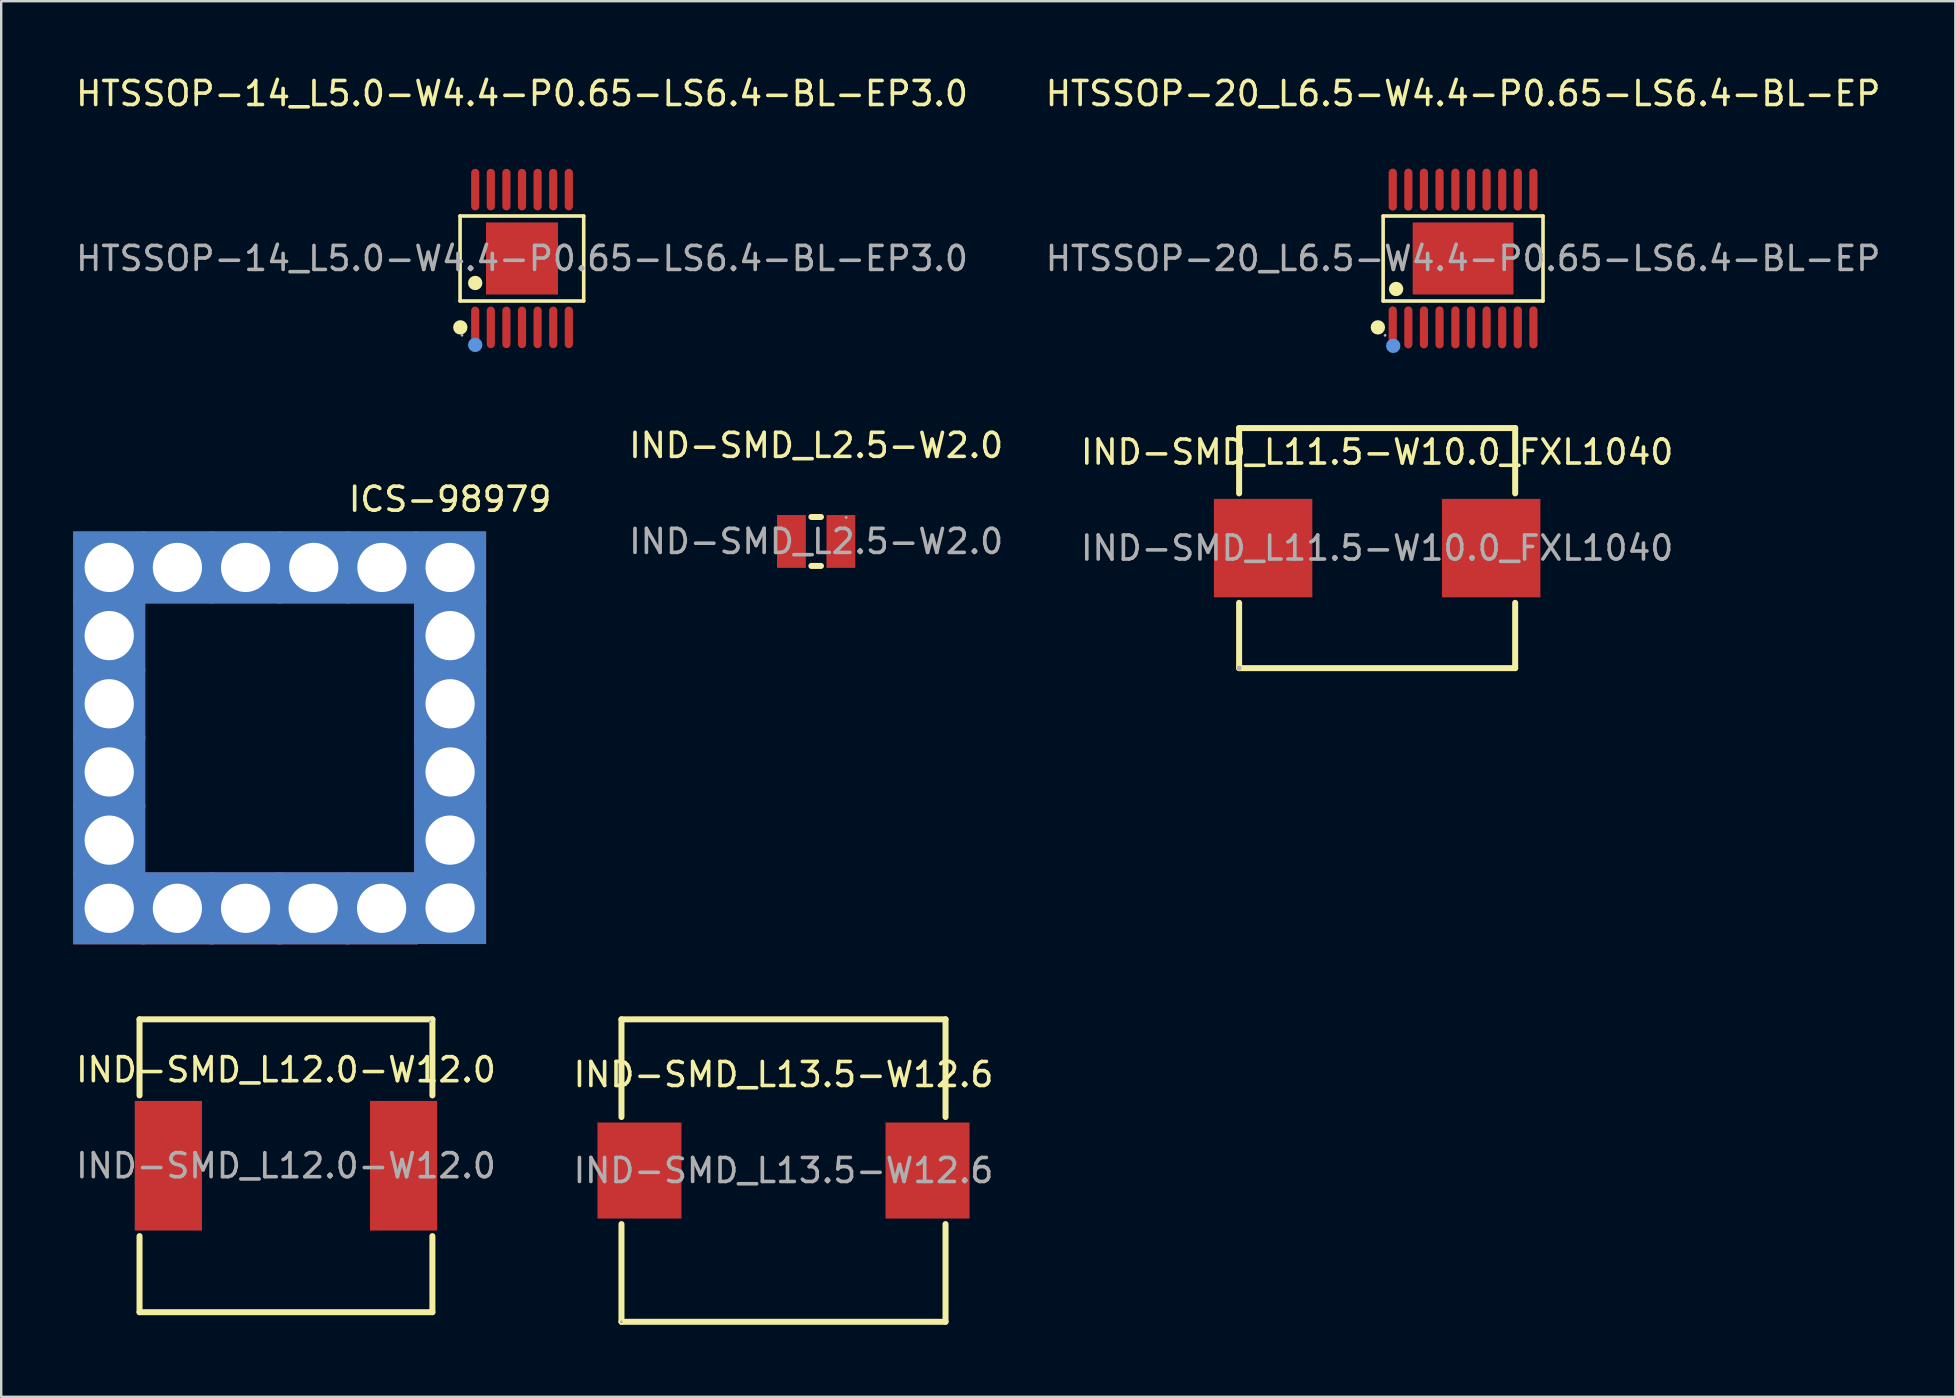
<source format=kicad_pcb>
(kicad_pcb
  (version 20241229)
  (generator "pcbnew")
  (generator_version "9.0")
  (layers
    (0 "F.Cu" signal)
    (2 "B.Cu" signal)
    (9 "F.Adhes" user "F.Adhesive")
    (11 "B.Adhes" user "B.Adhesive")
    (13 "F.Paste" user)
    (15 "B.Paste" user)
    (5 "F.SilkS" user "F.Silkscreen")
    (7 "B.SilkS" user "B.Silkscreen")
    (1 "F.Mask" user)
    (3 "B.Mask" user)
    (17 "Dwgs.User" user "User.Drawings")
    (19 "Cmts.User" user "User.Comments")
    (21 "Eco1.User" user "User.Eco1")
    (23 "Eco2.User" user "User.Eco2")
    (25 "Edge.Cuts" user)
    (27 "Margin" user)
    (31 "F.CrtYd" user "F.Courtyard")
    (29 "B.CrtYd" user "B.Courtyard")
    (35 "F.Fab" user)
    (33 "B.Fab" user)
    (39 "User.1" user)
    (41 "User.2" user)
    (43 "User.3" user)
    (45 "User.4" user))
  (footprint "HTSSOP-14_L5.0-W4.4-P0.65-LS6.4-BL-EP3.0"
    (layer "F.Cu")
    (at 18.696 7.718)
    (property "Reference" "HTSSOP-14_L5.0-W4.4-P0.65-LS6.4-BL-EP3.0" (at 0 -6.87 0) (layer "F.SilkS") (effects (font (size 1 1) (thickness 0.15))))
    (attr smd)
    (fp_line (start -2.58 -1.77) (end 2.57 -1.77) (stroke (width 0.15) (type solid)) (layer "F.SilkS"))
    (fp_line (start -2.58 1.77) (end -2.58 -1.77) (stroke (width 0.15) (type solid)) (layer "F.SilkS"))
    (fp_line (start 2.57 -1.77) (end 2.57 1.77) (stroke (width 0.15) (type solid)) (layer "F.SilkS"))
    (fp_line (start 2.57 1.77) (end -2.58 1.77) (stroke (width 0.15) (type solid)) (layer "F.SilkS"))
    (fp_circle (center -2.57 2.87) (end -2.42 2.87) (stroke (width 0.3) (type solid)) (fill no) (layer "F.SilkS"))
    (fp_circle (center -1.95 1.02) (end -1.8 1.02) (stroke (width 0.3) (type solid)) (fill no) (layer "F.SilkS"))
    (fp_circle (center -1.95 3.6) (end -1.8 3.6) (stroke (width 0.3) (type solid)) (fill no) (layer "Cmts.User"))
    (fp_circle (center -2.5 3.2) (end -2.47 3.2) (stroke (width 0.06) (type solid)) (fill no) (layer "F.Fab"))
    (fp_text user "${REFERENCE}" (at 0 0 0) (layer "F.Fab") (effects (font (size 1 1) (thickness 0.15))))
    (pad "1" smd oval (at -1.95 2.87) (size 0.34 1.73) (layers "F.Cu" "F.Mask" "F.Paste"))
    (pad "2" smd oval (at -1.3 2.87) (size 0.34 1.73) (layers "F.Cu" "F.Mask" "F.Paste"))
    (pad "3" smd oval (at -0.65 2.87) (size 0.34 1.73) (layers "F.Cu" "F.Mask" "F.Paste"))
    (pad "4" smd oval (at 0 2.87) (size 0.34 1.73) (layers "F.Cu" "F.Mask" "F.Paste"))
    (pad "5" smd oval (at 0.65 2.87) (size 0.34 1.73) (layers "F.Cu" "F.Mask" "F.Paste"))
    (pad "6" smd oval (at 1.3 2.87) (size 0.34 1.73) (layers "F.Cu" "F.Mask" "F.Paste"))
    (pad "7" smd oval (at 1.95 2.87) (size 0.34 1.73) (layers "F.Cu" "F.Mask" "F.Paste"))
    (pad "8" smd oval (at 1.95 -2.87) (size 0.34 1.73) (layers "F.Cu" "F.Mask" "F.Paste"))
    (pad "9" smd oval (at 1.3 -2.87) (size 0.34 1.73) (layers "F.Cu" "F.Mask" "F.Paste"))
    (pad "10" smd oval (at 0.65 -2.87) (size 0.34 1.73) (layers "F.Cu" "F.Mask" "F.Paste"))
    (pad "11" smd oval (at 0 -2.87) (size 0.34 1.73) (layers "F.Cu" "F.Mask" "F.Paste"))
    (pad "12" smd oval (at -0.65 -2.87) (size 0.34 1.73) (layers "F.Cu" "F.Mask" "F.Paste"))
    (pad "13" smd oval (at -1.3 -2.87) (size 0.34 1.73) (layers "F.Cu" "F.Mask" "F.Paste"))
    (pad "14" smd oval (at -1.95 -2.87) (size 0.34 1.73) (layers "F.Cu" "F.Mask" "F.Paste"))
    (pad "15" smd rect (at 0 0) (size 3 3) (layers "F.Cu" "F.Mask" "F.Paste")))
  (footprint "IND-SMD_L13.5-W12.6"
    (layer "F.Cu")
    (at 29.589 45.713)
    (property "Reference" "IND-SMD_L13.5-W12.6" (at 0 -4 0) (layer "F.SilkS") (effects (font (size 1 1) (thickness 0.15))))
    (attr smd)
    (fp_line (start -6.75 -6.3) (end 6.75 -6.3) (stroke (width 0.25) (type solid)) (layer "F.SilkS"))
    (fp_line (start -6.75 -2.23) (end -6.75 -6.3) (stroke (width 0.25) (type solid)) (layer "F.SilkS"))
    (fp_line (start -6.75 6.3) (end -6.75 2.23) (stroke (width 0.25) (type solid)) (layer "F.SilkS"))
    (fp_line (start 6.75 -2.23) (end 6.75 -6.3) (stroke (width 0.25) (type solid)) (layer "F.SilkS"))
    (fp_line (start 6.75 6.3) (end -6.75 6.3) (stroke (width 0.25) (type solid)) (layer "F.SilkS"))
    (fp_line (start 6.75 6.3) (end 6.75 2.23) (stroke (width 0.25) (type solid)) (layer "F.SilkS"))
    (fp_circle (center -6.75 6.3) (end -6.72 6.3) (stroke (width 0.06) (type solid)) (fill no) (layer "F.Fab"))
    (fp_text user "${REFERENCE}" (at 0 0 0) (layer "F.Fab") (effects (font (size 1 1) (thickness 0.15))))
    (pad "1" smd rect (at -6 0 90) (size 4 3.5) (layers "F.Cu" "F.Mask" "F.Paste"))
    (pad "2" smd rect (at 6 0 90) (size 4 3.5) (layers "F.Cu" "F.Mask" "F.Paste")))
  (footprint "IND-SMD_L2.5-W2.0"
    (layer "F.Cu")
    (at 30.95 19.506)
    (property "Reference" "IND-SMD_L2.5-W2.0" (at 0 -4 0) (layer "F.SilkS") (effects (font (size 1 1) (thickness 0.15))))
    (attr smd)
    (fp_line (start -0.2 1.02) (end 0.2 1.02) (stroke (width 0.25) (type solid)) (layer "F.SilkS"))
    (fp_line (start 0.2 -1.02) (end -0.2 -1.02) (stroke (width 0.25) (type solid)) (layer "F.SilkS"))
    (fp_circle (center 1.25 -1) (end 1.28 -1) (stroke (width 0.06) (type solid)) (fill no) (layer "F.Fab"))
    (fp_text user "${REFERENCE}" (at 0 0 0) (layer "F.Fab") (effects (font (size 1 1) (thickness 0.15))))
    (pad "1" smd rect (at 1.03 0) (size 1.2 2.2) (layers "F.Cu" "F.Mask" "F.Paste"))
    (pad "2" smd rect (at -1.03 0) (size 1.2 2.2) (layers "F.Cu" "F.Mask" "F.Paste")))
  (footprint "HTSSOP-20_L6.5-W4.4-P0.65-LS6.4-BL-EP"
    (layer "F.Cu")
    (at 57.899 7.718)
    (property "Reference" "HTSSOP-20_L6.5-W4.4-P0.65-LS6.4-BL-EP" (at 0 -6.87 0) (layer "F.SilkS") (effects (font (size 1 1) (thickness 0.15))))
    (attr smd)
    (fp_line (start -3.33 -1.77) (end 3.33 -1.77) (stroke (width 0.15) (type solid)) (layer "F.SilkS"))
    (fp_line (start -3.33 1.77) (end -3.33 -1.77) (stroke (width 0.15) (type solid)) (layer "F.SilkS"))
    (fp_line (start 3.33 -1.77) (end 3.33 1.77) (stroke (width 0.15) (type solid)) (layer "F.SilkS"))
    (fp_line (start 3.33 1.77) (end -3.33 1.77) (stroke (width 0.15) (type solid)) (layer "F.SilkS"))
    (fp_circle (center -3.55 2.87) (end -3.4 2.87) (stroke (width 0.3) (type solid)) (fill no) (layer "F.SilkS"))
    (fp_circle (center -2.79 1.27) (end -2.64 1.27) (stroke (width 0.3) (type solid)) (fill no) (layer "F.SilkS"))
    (fp_circle (center -2.91 3.64) (end -2.76 3.64) (stroke (width 0.3) (type solid)) (fill no) (layer "Cmts.User"))
    (fp_circle (center -3.25 3.2) (end -3.22 3.2) (stroke (width 0.06) (type solid)) (fill no) (layer "F.Fab"))
    (fp_text user "${REFERENCE}" (at 0 0 0) (layer "F.Fab") (effects (font (size 1 1) (thickness 0.15))))
    (pad "1" smd oval (at -2.93 2.87) (size 0.34 1.75) (layers "F.Cu" "F.Mask" "F.Paste"))
    (pad "2" smd oval (at -2.28 2.87) (size 0.34 1.75) (layers "F.Cu" "F.Mask" "F.Paste"))
    (pad "3" smd oval (at -1.63 2.87) (size 0.34 1.75) (layers "F.Cu" "F.Mask" "F.Paste"))
    (pad "4" smd oval (at -0.98 2.87) (size 0.34 1.75) (layers "F.Cu" "F.Mask" "F.Paste"))
    (pad "5" smd oval (at -0.32 2.87) (size 0.34 1.75) (layers "F.Cu" "F.Mask" "F.Paste"))
    (pad "6" smd oval (at 0.33 2.87) (size 0.34 1.75) (layers "F.Cu" "F.Mask" "F.Paste"))
    (pad "7" smd oval (at 0.98 2.87) (size 0.34 1.75) (layers "F.Cu" "F.Mask" "F.Paste"))
    (pad "8" smd oval (at 1.63 2.87) (size 0.34 1.75) (layers "F.Cu" "F.Mask" "F.Paste"))
    (pad "9" smd oval (at 2.28 2.87) (size 0.34 1.75) (layers "F.Cu" "F.Mask" "F.Paste"))
    (pad "10" smd oval (at 2.93 2.87) (size 0.34 1.75) (layers "F.Cu" "F.Mask" "F.Paste"))
    (pad "11" smd oval (at 2.93 -2.87) (size 0.34 1.75) (layers "F.Cu" "F.Mask" "F.Paste"))
    (pad "12" smd oval (at 2.28 -2.87) (size 0.34 1.75) (layers "F.Cu" "F.Mask" "F.Paste"))
    (pad "13" smd oval (at 1.63 -2.87) (size 0.34 1.75) (layers "F.Cu" "F.Mask" "F.Paste"))
    (pad "14" smd oval (at 0.98 -2.87) (size 0.34 1.75) (layers "F.Cu" "F.Mask" "F.Paste"))
    (pad "15" smd oval (at 0.33 -2.87) (size 0.34 1.75) (layers "F.Cu" "F.Mask" "F.Paste"))
    (pad "16" smd oval (at -0.32 -2.87) (size 0.34 1.75) (layers "F.Cu" "F.Mask" "F.Paste"))
    (pad "17" smd oval (at -0.98 -2.87) (size 0.34 1.75) (layers "F.Cu" "F.Mask" "F.Paste"))
    (pad "18" smd oval (at -1.63 -2.87) (size 0.34 1.75) (layers "F.Cu" "F.Mask" "F.Paste"))
    (pad "19" smd oval (at -2.28 -2.87) (size 0.34 1.75) (layers "F.Cu" "F.Mask" "F.Paste"))
    (pad "20" smd oval (at -2.93 -2.87) (size 0.34 1.75) (layers "F.Cu" "F.Mask" "F.Paste"))
    (pad "21" smd rect (at 0 0) (size 4.2 3) (layers "F.Cu" "F.Mask" "F.Paste")))
  (footprint "ICS-98979"
    (layer "F.Cu")
    (at 10.02 14.908)
    (property "Reference" "ICS-98979" (at 5.68 2.84 0) (unlocked yes) (layer "F.SilkS") (effects (font (size 1 1) (thickness 0.15))))
    (attr through_hole)
    (pad "1" thru_hole rect (at -8.52 5.68) (size 3 3) (drill 2.05) (layers "*.Cu" "*.Mask"))
    (pad "1" thru_hole rect (at -8.52 8.52) (size 3 3) (drill 2.05) (layers "*.Cu" "*.Mask"))
    (pad "1" thru_hole rect (at -8.52 11.36) (size 3 3) (drill 2.05) (layers "*.Cu" "*.Mask"))
    (pad "1" thru_hole rect (at -8.52 14.2) (size 3 3) (drill 2.05) (layers "*.Cu" "*.Mask"))
    (pad "1" thru_hole rect (at -8.52 17.04) (size 3 3) (drill 2.05) (layers "*.Cu" "*.Mask"))
    (pad "1" thru_hole rect (at -8.52 19.88) (size 3 3) (drill 2.05) (layers "*.Cu" "*.Mask"))
    (pad "1" thru_hole rect (at -5.68 5.68) (size 3 3) (drill 2.05) (layers "*.Cu" "*.Mask"))
    (pad "1" thru_hole rect (at -5.68 19.88) (size 3 3) (drill 2.05) (layers "*.Cu" "*.Mask"))
    (pad "1" thru_hole rect (at -2.84 5.68) (size 3 3) (drill 2.05) (layers "*.Cu" "*.Mask"))
    (pad "1" thru_hole rect (at -2.84 19.88) (size 3 3) (drill 2.05) (layers "*.Cu" "*.Mask"))
    (pad "1" thru_hole rect (at -0.025 19.88) (size 3 3) (drill 2.05) (layers "*.Cu" "*.Mask"))
    (pad "1" thru_hole rect (at 0 5.68) (size 3 3) (drill 2.05) (layers "*.Cu" "*.Mask"))
    (pad "1" thru_hole rect (at 2.828 19.88) (size 3 3) (drill 2.05) (layers "*.Cu" "*.Mask"))
    (pad "1" thru_hole rect (at 2.84 5.68) (size 3 3) (drill 2.05) (layers "*.Cu" "*.Mask"))
    (pad "1" thru_hole rect (at 5.68 19.869) (size 3 3) (drill 2.05) (layers "*.Cu" "*.Mask"))
    (pad "1" thru_hole rect (at 5.68 5.68) (size 3 3) (drill 2.05) (layers "*.Cu" "*.Mask"))
    (pad "1" thru_hole rect (at 5.68 8.52) (size 3 3) (drill 2.05) (layers "*.Cu" "*.Mask"))
    (pad "1" thru_hole rect (at 5.68 11.36) (size 3 3) (drill 2.05) (layers "*.Cu" "*.Mask"))
    (pad "1" thru_hole rect (at 5.68 14.2) (size 3 3) (drill 2.05) (layers "*.Cu" "*.Mask"))
    (pad "1" thru_hole rect (at 5.68 17.04) (size 3 3) (drill 2.05) (layers "*.Cu" "*.Mask")))
  (footprint "IND-SMD_L12.0-W12.0"
    (layer "F.Cu")
    (at 8.863 45.513)
    (property "Reference" "IND-SMD_L12.0-W12.0" (at 0 -4 0) (layer "F.SilkS") (effects (font (size 1 1) (thickness 0.15))))
    (attr smd)
    (fp_line (start -6.1 -6.1) (end -6.1 -2.93) (stroke (width 0.25) (type solid)) (layer "F.SilkS"))
    (fp_line (start -6.1 2.93) (end -6.1 6.1) (stroke (width 0.25) (type solid)) (layer "F.SilkS"))
    (fp_line (start -6.1 6.1) (end 6.1 6.1) (stroke (width 0.25) (type solid)) (layer "F.SilkS"))
    (fp_line (start 6.1 -6.1) (end -6.1 -6.1) (stroke (width 0.25) (type solid)) (layer "F.SilkS"))
    (fp_line (start 6.1 -2.93) (end 6.1 -6.1) (stroke (width 0.25) (type solid)) (layer "F.SilkS"))
    (fp_line (start 6.1 6.1) (end 6.1 2.93) (stroke (width 0.25) (type solid)) (layer "F.SilkS"))
    (fp_circle (center 6 -6) (end 6.03 -6) (stroke (width 0.06) (type solid)) (fill no) (layer "F.Fab"))
    (fp_text user "${REFERENCE}" (at 0 0 0) (layer "F.Fab") (effects (font (size 1 1) (thickness 0.15))))
    (pad "1" smd rect (at 4.9 0 90) (size 5.4 2.8) (layers "F.Cu" "F.Mask" "F.Paste"))
    (pad "2" smd rect (at -4.9 0 90) (size 5.4 2.8) (layers "F.Cu" "F.Mask" "F.Paste")))
  (footprint "IND-SMD_L11.5-W10.0_FXL1040"
    (layer "F.Cu")
    (at 54.319 19.783)
    (property "Reference" "IND-SMD_L11.5-W10.0_FXL1040" (at 0 -4 0) (layer "F.SilkS") (effects (font (size 1 1) (thickness 0.15))))
    (attr smd)
    (fp_line (start -5.75 -5) (end -5.75 -2.28) (stroke (width 0.25) (type solid)) (layer "F.SilkS"))
    (fp_line (start -5.75 -5) (end 5.75 -5) (stroke (width 0.25) (type solid)) (layer "F.SilkS"))
    (fp_line (start -5.75 2.28) (end -5.75 5) (stroke (width 0.25) (type solid)) (layer "F.SilkS"))
    (fp_line (start 5.75 -2.28) (end 5.75 -5) (stroke (width 0.25) (type solid)) (layer "F.SilkS"))
    (fp_line (start 5.75 5) (end -5.75 5) (stroke (width 0.25) (type solid)) (layer "F.SilkS"))
    (fp_line (start 5.75 5) (end 5.75 2.28) (stroke (width 0.25) (type solid)) (layer "F.SilkS"))
    (fp_circle (center -5.75 5) (end -5.7 5) (stroke (width 0.1) (type solid)) (fill no) (layer "F.Fab"))
    (fp_text user "${REFERENCE}" (at 0 0 0) (layer "F.Fab") (effects (font (size 1 1) (thickness 0.15))))
    (pad "1" smd rect (at -4.75 0) (size 4.1 4.1) (layers "F.Cu" "F.Mask" "F.Paste"))
    (pad "2" smd rect (at 4.75 0) (size 4.1 4.1) (layers "F.Cu" "F.Mask" "F.Paste")))
  (gr_rect
    (start -3 -3)
    (end 78.405 55.138)
    (stroke (width 0.1) (type default))
    (fill no)
    (layer "Edge.Cuts")))
</source>
